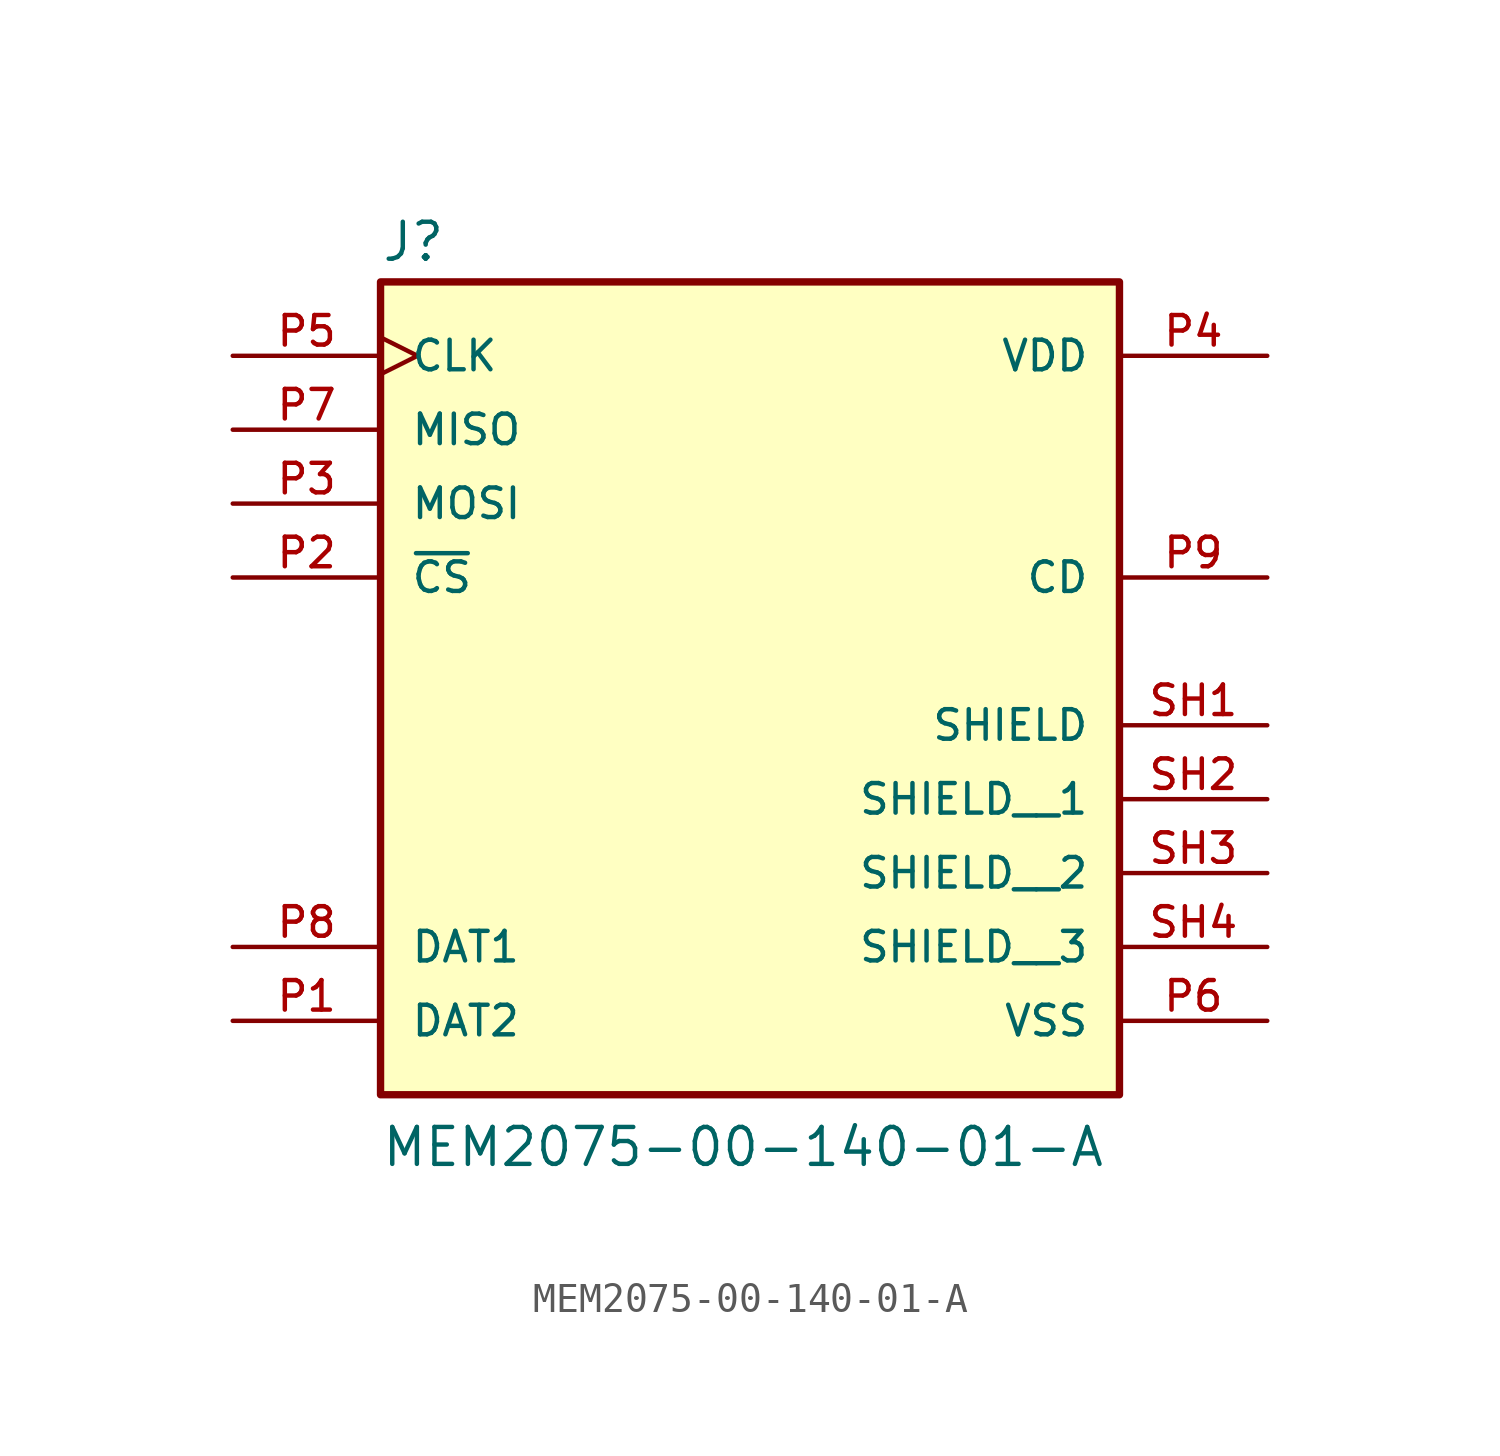
<source format=kicad_sym>
(kicad_symbol_lib
  (version 20231120)
  (generator "kicad_symbol_editor")
  (generator_version "8.0")
  (symbol "MEM2075-00-140-01-A"
    (pin_names
      (offset 1.016))
    (property "Reference" "J"
      (at -12.7 10.795 0)
      (effects (font (size 1.27 1.27)) (justify left bottom)))
    (property "Value" "MEM2075-00-140-01-A"
      (at -12.7 -20.32 0)
      (effects (font (size 1.27 1.27)) (justify left bottom)))
    (symbol "MEM2075-00-140-01-A_0_0"
      (rectangle (start -12.7 -17.78) (end 12.7 10.16) (stroke (width 0.254) (type default)) (fill (type background)))
      (pin bidirectional line (at -17.78 -15.24 0) (length 5.08) (name "DAT2" (effects (font (size 1.016 1.016)))) (number "P1" (effects (font (size 1.016 1.016)))))
      (pin power_in line (at 17.78 7.62 180) (length 5.08) (name "VDD" (effects (font (size 1.016 1.016)))) (number "P4" (effects (font (size 1.016 1.016)))))
      (pin bidirectional clock (at -17.78 7.62 0) (length 5.08) (name "CLK" (effects (font (size 1.016 1.016)))) (number "P5" (effects (font (size 1.016 1.016)))))
      (pin power_in line (at 17.78 -15.24 180) (length 5.08) (name "VSS" (effects (font (size 1.016 1.016)))) (number "P6" (effects (font (size 1.016 1.016)))))
      (pin bidirectional line (at -17.78 -12.7 0) (length 5.08) (name "DAT1" (effects (font (size 1.016 1.016)))) (number "P8" (effects (font (size 1.016 1.016)))))
      (pin passive line (at 17.78 0 180) (length 5.08) (name "CD" (effects (font (size 1.016 1.016)))) (number "P9" (effects (font (size 1.016 1.016)))))
      (pin power_in line (at 17.78 -5.08 180) (length 5.08) (name "SHIELD" (effects (font (size 1.016 1.016)))) (number "SH1" (effects (font (size 1.016 1.016)))))
      (pin power_in line (at 17.78 -7.62 180) (length 5.08) (name "SHIELD__1" (effects (font (size 1.016 1.016)))) (number "SH2" (effects (font (size 1.016 1.016)))))
      (pin power_in line (at 17.78 -10.16 180) (length 5.08) (name "SHIELD__2" (effects (font (size 1.016 1.016)))) (number "SH3" (effects (font (size 1.016 1.016)))))
      (pin power_in line (at 17.78 -12.7 180) (length 5.08) (name "SHIELD__3" (effects (font (size 1.016 1.016)))) (number "SH4" (effects (font (size 1.016 1.016))))))
    (symbol "MEM2075-00-140-01-A_1_0"
      (pin bidirectional line (at -17.78 0 0) (length 5.08) (name "~{CS}" (effects (font (size 1.016 1.016)))) (number "P2" (effects (font (size 1.016 1.016)))))
      (pin bidirectional line (at -17.78 2.54 0) (length 5.08) (name "MOSI" (effects (font (size 1.016 1.016)))) (number "P3" (effects (font (size 1.016 1.016)))))
      (pin bidirectional line (at -17.78 5.08 0) (length 5.08) (name "MISO" (effects (font (size 1.016 1.016)))) (number "P7" (effects (font (size 1.016 1.016))))))))
</source>
